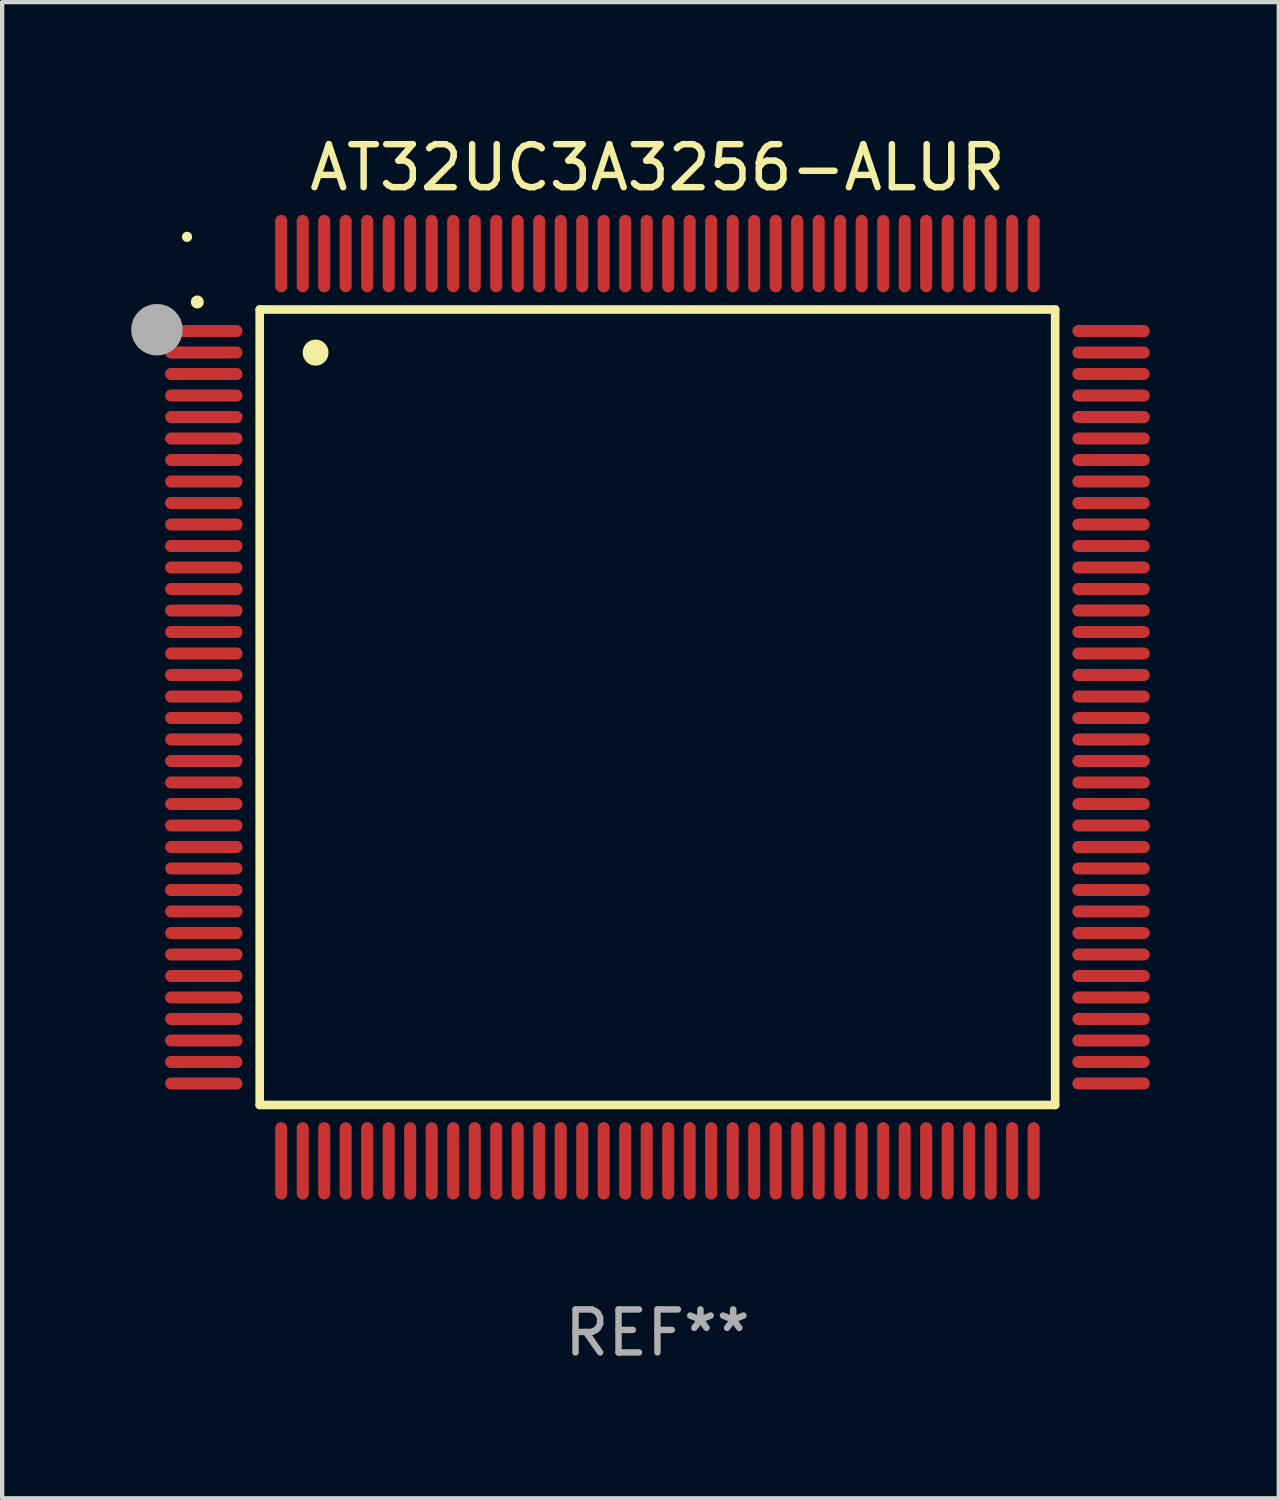
<source format=kicad_pcb>
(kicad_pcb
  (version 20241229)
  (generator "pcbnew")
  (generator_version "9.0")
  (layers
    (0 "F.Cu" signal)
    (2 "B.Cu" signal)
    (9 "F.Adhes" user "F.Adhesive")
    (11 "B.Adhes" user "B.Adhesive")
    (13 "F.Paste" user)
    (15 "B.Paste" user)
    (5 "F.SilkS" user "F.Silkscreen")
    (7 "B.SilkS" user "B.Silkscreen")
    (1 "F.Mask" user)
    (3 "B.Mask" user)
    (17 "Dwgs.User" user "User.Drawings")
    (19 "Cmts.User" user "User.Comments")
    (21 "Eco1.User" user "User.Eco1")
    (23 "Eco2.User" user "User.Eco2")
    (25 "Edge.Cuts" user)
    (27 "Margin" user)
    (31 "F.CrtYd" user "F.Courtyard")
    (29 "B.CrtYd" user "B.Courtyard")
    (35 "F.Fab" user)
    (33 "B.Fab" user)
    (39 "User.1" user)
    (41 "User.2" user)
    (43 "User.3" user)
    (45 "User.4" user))
  (footprint "AT32UC3A3256-ALUR"
    (layer "F.Cu")
    (at 12.24 13.398)
    (property "Reference" "AT32UC3A3256-ALUR" (at 0 -12.55 0) (layer "F.SilkS") (effects (font (size 1 1) (thickness 0.15))))
    (attr through_hole)
    (fp_line (start -9.25 -9.25) (end 9.25 -9.25) (stroke (width 0.2) (type solid)) (layer "F.SilkS"))
    (fp_line (start -9.25 9.25) (end -9.25 -9.25) (stroke (width 0.2) (type solid)) (layer "F.SilkS"))
    (fp_line (start 9.25 -9.25) (end 9.25 9.25) (stroke (width 0.2) (type solid)) (layer "F.SilkS"))
    (fp_line (start 9.25 9.25) (end -9.25 9.25) (stroke (width 0.2) (type solid)) (layer "F.SilkS"))
    (fp_arc (start -10.701041 -9.423419) (mid -10.701046 -9.424689) (end -10.701041 -9.425959) (stroke (width 0.3) (type solid)) (layer "F.SilkS"))
    (fp_arc (start -7.950216 -8.244856) (mid -7.950227 -8.247396) (end -7.950216 -8.249936) (stroke (width 0.6) (type solid)) (layer "F.SilkS"))
    (fp_circle (center -10.94 -10.94) (end -10.88 -10.94) (stroke (width 0.12) (type solid)) (fill no) (layer "F.SilkS"))
    (fp_circle (center -11.64 -8.78) (end -11.34 -8.78) (stroke (width 0.6) (type solid)) (fill no) (layer "F.Fab"))
    (fp_text user "REF**" (at 0 14.55 0) (layer "F.Fab") (effects (font (size 1 1) (thickness 0.15))))
    (pad "1" smd oval (at -10.55 -8.75 90) (size 0.28 1.8) (layers "F.Cu" "F.Mask" "F.Paste"))
    (pad "2" smd oval (at -10.55 -8.25 90) (size 0.28 1.8) (layers "F.Cu" "F.Mask" "F.Paste"))
    (pad "3" smd oval (at -10.55 -7.75 90) (size 0.28 1.8) (layers "F.Cu" "F.Mask" "F.Paste"))
    (pad "4" smd oval (at -10.55 -7.25 90) (size 0.28 1.8) (layers "F.Cu" "F.Mask" "F.Paste"))
    (pad "5" smd oval (at -10.55 -6.75 90) (size 0.28 1.8) (layers "F.Cu" "F.Mask" "F.Paste"))
    (pad "6" smd oval (at -10.55 -6.25 90) (size 0.28 1.8) (layers "F.Cu" "F.Mask" "F.Paste"))
    (pad "7" smd oval (at -10.55 -5.75 90) (size 0.28 1.8) (layers "F.Cu" "F.Mask" "F.Paste"))
    (pad "8" smd oval (at -10.55 -5.25 90) (size 0.28 1.8) (layers "F.Cu" "F.Mask" "F.Paste"))
    (pad "9" smd oval (at -10.55 -4.75 90) (size 0.28 1.8) (layers "F.Cu" "F.Mask" "F.Paste"))
    (pad "10" smd oval (at -10.55 -4.25 90) (size 0.28 1.8) (layers "F.Cu" "F.Mask" "F.Paste"))
    (pad "11" smd oval (at -10.55 -3.75 90) (size 0.28 1.8) (layers "F.Cu" "F.Mask" "F.Paste"))
    (pad "12" smd oval (at -10.55 -3.25 90) (size 0.28 1.8) (layers "F.Cu" "F.Mask" "F.Paste"))
    (pad "13" smd oval (at -10.55 -2.75 90) (size 0.28 1.8) (layers "F.Cu" "F.Mask" "F.Paste"))
    (pad "14" smd oval (at -10.55 -2.25 90) (size 0.28 1.8) (layers "F.Cu" "F.Mask" "F.Paste"))
    (pad "15" smd oval (at -10.55 -1.75 90) (size 0.28 1.8) (layers "F.Cu" "F.Mask" "F.Paste"))
    (pad "16" smd oval (at -10.55 -1.25 90) (size 0.28 1.8) (layers "F.Cu" "F.Mask" "F.Paste"))
    (pad "17" smd oval (at -10.55 -0.75 90) (size 0.28 1.8) (layers "F.Cu" "F.Mask" "F.Paste"))
    (pad "18" smd oval (at -10.55 -0.25 90) (size 0.28 1.8) (layers "F.Cu" "F.Mask" "F.Paste"))
    (pad "19" smd oval (at -10.55 0.25 90) (size 0.28 1.8) (layers "F.Cu" "F.Mask" "F.Paste"))
    (pad "20" smd oval (at -10.55 0.75 90) (size 0.28 1.8) (layers "F.Cu" "F.Mask" "F.Paste"))
    (pad "21" smd oval (at -10.55 1.25 90) (size 0.28 1.8) (layers "F.Cu" "F.Mask" "F.Paste"))
    (pad "22" smd oval (at -10.55 1.75 90) (size 0.28 1.8) (layers "F.Cu" "F.Mask" "F.Paste"))
    (pad "23" smd oval (at -10.55 2.25 90) (size 0.28 1.8) (layers "F.Cu" "F.Mask" "F.Paste"))
    (pad "24" smd oval (at -10.55 2.75 90) (size 0.28 1.8) (layers "F.Cu" "F.Mask" "F.Paste"))
    (pad "25" smd oval (at -10.55 3.25 90) (size 0.28 1.8) (layers "F.Cu" "F.Mask" "F.Paste"))
    (pad "26" smd oval (at -10.55 3.75 90) (size 0.28 1.8) (layers "F.Cu" "F.Mask" "F.Paste"))
    (pad "27" smd oval (at -10.55 4.25 90) (size 0.28 1.8) (layers "F.Cu" "F.Mask" "F.Paste"))
    (pad "28" smd oval (at -10.55 4.75 90) (size 0.28 1.8) (layers "F.Cu" "F.Mask" "F.Paste"))
    (pad "29" smd oval (at -10.55 5.25 90) (size 0.28 1.8) (layers "F.Cu" "F.Mask" "F.Paste"))
    (pad "30" smd oval (at -10.55 5.75 90) (size 0.28 1.8) (layers "F.Cu" "F.Mask" "F.Paste"))
    (pad "31" smd oval (at -10.55 6.25 90) (size 0.28 1.8) (layers "F.Cu" "F.Mask" "F.Paste"))
    (pad "32" smd oval (at -10.55 6.75 90) (size 0.28 1.8) (layers "F.Cu" "F.Mask" "F.Paste"))
    (pad "33" smd oval (at -10.55 7.25 90) (size 0.28 1.8) (layers "F.Cu" "F.Mask" "F.Paste"))
    (pad "34" smd oval (at -10.55 7.75 90) (size 0.28 1.8) (layers "F.Cu" "F.Mask" "F.Paste"))
    (pad "35" smd oval (at -10.55 8.25 90) (size 0.28 1.8) (layers "F.Cu" "F.Mask" "F.Paste"))
    (pad "36" smd oval (at -10.55 8.75 90) (size 0.28 1.8) (layers "F.Cu" "F.Mask" "F.Paste"))
    (pad "37" smd oval (at -8.75 10.55) (size 0.28 1.8) (layers "F.Cu" "F.Mask" "F.Paste"))
    (pad "38" smd oval (at -8.25 10.55) (size 0.28 1.8) (layers "F.Cu" "F.Mask" "F.Paste"))
    (pad "39" smd oval (at -7.75 10.55) (size 0.28 1.8) (layers "F.Cu" "F.Mask" "F.Paste"))
    (pad "40" smd oval (at -7.25 10.55) (size 0.28 1.8) (layers "F.Cu" "F.Mask" "F.Paste"))
    (pad "41" smd oval (at -6.75 10.55) (size 0.28 1.8) (layers "F.Cu" "F.Mask" "F.Paste"))
    (pad "42" smd oval (at -6.25 10.55) (size 0.28 1.8) (layers "F.Cu" "F.Mask" "F.Paste"))
    (pad "43" smd oval (at -5.75 10.55) (size 0.28 1.8) (layers "F.Cu" "F.Mask" "F.Paste"))
    (pad "44" smd oval (at -5.25 10.55) (size 0.28 1.8) (layers "F.Cu" "F.Mask" "F.Paste"))
    (pad "45" smd oval (at -4.75 10.55) (size 0.28 1.8) (layers "F.Cu" "F.Mask" "F.Paste"))
    (pad "46" smd oval (at -4.25 10.55) (size 0.28 1.8) (layers "F.Cu" "F.Mask" "F.Paste"))
    (pad "47" smd oval (at -3.75 10.55) (size 0.28 1.8) (layers "F.Cu" "F.Mask" "F.Paste"))
    (pad "48" smd oval (at -3.25 10.55) (size 0.28 1.8) (layers "F.Cu" "F.Mask" "F.Paste"))
    (pad "49" smd oval (at -2.75 10.55) (size 0.28 1.8) (layers "F.Cu" "F.Mask" "F.Paste"))
    (pad "50" smd oval (at -2.25 10.55) (size 0.28 1.8) (layers "F.Cu" "F.Mask" "F.Paste"))
    (pad "51" smd oval (at -1.75 10.55) (size 0.28 1.8) (layers "F.Cu" "F.Mask" "F.Paste"))
    (pad "52" smd oval (at -1.25 10.55) (size 0.28 1.8) (layers "F.Cu" "F.Mask" "F.Paste"))
    (pad "53" smd oval (at -0.75 10.55) (size 0.28 1.8) (layers "F.Cu" "F.Mask" "F.Paste"))
    (pad "54" smd oval (at -0.25 10.55) (size 0.28 1.8) (layers "F.Cu" "F.Mask" "F.Paste"))
    (pad "55" smd oval (at 0.25 10.55) (size 0.28 1.8) (layers "F.Cu" "F.Mask" "F.Paste"))
    (pad "56" smd oval (at 0.75 10.55) (size 0.28 1.8) (layers "F.Cu" "F.Mask" "F.Paste"))
    (pad "57" smd oval (at 1.25 10.55) (size 0.28 1.8) (layers "F.Cu" "F.Mask" "F.Paste"))
    (pad "58" smd oval (at 1.75 10.55) (size 0.28 1.8) (layers "F.Cu" "F.Mask" "F.Paste"))
    (pad "59" smd oval (at 2.25 10.55) (size 0.28 1.8) (layers "F.Cu" "F.Mask" "F.Paste"))
    (pad "60" smd oval (at 2.75 10.55) (size 0.28 1.8) (layers "F.Cu" "F.Mask" "F.Paste"))
    (pad "61" smd oval (at 3.25 10.55) (size 0.28 1.8) (layers "F.Cu" "F.Mask" "F.Paste"))
    (pad "62" smd oval (at 3.75 10.55) (size 0.28 1.8) (layers "F.Cu" "F.Mask" "F.Paste"))
    (pad "63" smd oval (at 4.25 10.55) (size 0.28 1.8) (layers "F.Cu" "F.Mask" "F.Paste"))
    (pad "64" smd oval (at 4.75 10.55) (size 0.28 1.8) (layers "F.Cu" "F.Mask" "F.Paste"))
    (pad "65" smd oval (at 5.25 10.55) (size 0.28 1.8) (layers "F.Cu" "F.Mask" "F.Paste"))
    (pad "66" smd oval (at 5.75 10.55) (size 0.28 1.8) (layers "F.Cu" "F.Mask" "F.Paste"))
    (pad "67" smd oval (at 6.25 10.55) (size 0.28 1.8) (layers "F.Cu" "F.Mask" "F.Paste"))
    (pad "68" smd oval (at 6.75 10.55) (size 0.28 1.8) (layers "F.Cu" "F.Mask" "F.Paste"))
    (pad "69" smd oval (at 7.25 10.55) (size 0.28 1.8) (layers "F.Cu" "F.Mask" "F.Paste"))
    (pad "70" smd oval (at 7.75 10.55) (size 0.28 1.8) (layers "F.Cu" "F.Mask" "F.Paste"))
    (pad "71" smd oval (at 8.25 10.55) (size 0.28 1.8) (layers "F.Cu" "F.Mask" "F.Paste"))
    (pad "72" smd oval (at 8.75 10.55) (size 0.28 1.8) (layers "F.Cu" "F.Mask" "F.Paste"))
    (pad "73" smd oval (at 10.55 8.75 90) (size 0.28 1.8) (layers "F.Cu" "F.Mask" "F.Paste"))
    (pad "74" smd oval (at 10.55 8.25 90) (size 0.28 1.8) (layers "F.Cu" "F.Mask" "F.Paste"))
    (pad "75" smd oval (at 10.55 7.75 90) (size 0.28 1.8) (layers "F.Cu" "F.Mask" "F.Paste"))
    (pad "76" smd oval (at 10.55 7.25 90) (size 0.28 1.8) (layers "F.Cu" "F.Mask" "F.Paste"))
    (pad "77" smd oval (at 10.55 6.75 90) (size 0.28 1.8) (layers "F.Cu" "F.Mask" "F.Paste"))
    (pad "78" smd oval (at 10.55 6.25 90) (size 0.28 1.8) (layers "F.Cu" "F.Mask" "F.Paste"))
    (pad "79" smd oval (at 10.55 5.75 90) (size 0.28 1.8) (layers "F.Cu" "F.Mask" "F.Paste"))
    (pad "80" smd oval (at 10.55 5.25 90) (size 0.28 1.8) (layers "F.Cu" "F.Mask" "F.Paste"))
    (pad "81" smd oval (at 10.55 4.75 90) (size 0.28 1.8) (layers "F.Cu" "F.Mask" "F.Paste"))
    (pad "82" smd oval (at 10.55 4.25 90) (size 0.28 1.8) (layers "F.Cu" "F.Mask" "F.Paste"))
    (pad "83" smd oval (at 10.55 3.75 90) (size 0.28 1.8) (layers "F.Cu" "F.Mask" "F.Paste"))
    (pad "84" smd oval (at 10.55 3.25 90) (size 0.28 1.8) (layers "F.Cu" "F.Mask" "F.Paste"))
    (pad "85" smd oval (at 10.55 2.75 90) (size 0.28 1.8) (layers "F.Cu" "F.Mask" "F.Paste"))
    (pad "86" smd oval (at 10.55 2.25 90) (size 0.28 1.8) (layers "F.Cu" "F.Mask" "F.Paste"))
    (pad "87" smd oval (at 10.55 1.75 90) (size 0.28 1.8) (layers "F.Cu" "F.Mask" "F.Paste"))
    (pad "88" smd oval (at 10.55 1.25 90) (size 0.28 1.8) (layers "F.Cu" "F.Mask" "F.Paste"))
    (pad "89" smd oval (at 10.55 0.75 90) (size 0.28 1.8) (layers "F.Cu" "F.Mask" "F.Paste"))
    (pad "90" smd oval (at 10.55 0.25 90) (size 0.28 1.8) (layers "F.Cu" "F.Mask" "F.Paste"))
    (pad "91" smd oval (at 10.55 -0.25 90) (size 0.28 1.8) (layers "F.Cu" "F.Mask" "F.Paste"))
    (pad "92" smd oval (at 10.55 -0.75 90) (size 0.28 1.8) (layers "F.Cu" "F.Mask" "F.Paste"))
    (pad "93" smd oval (at 10.55 -1.25 90) (size 0.28 1.8) (layers "F.Cu" "F.Mask" "F.Paste"))
    (pad "94" smd oval (at 10.55 -1.75 90) (size 0.28 1.8) (layers "F.Cu" "F.Mask" "F.Paste"))
    (pad "95" smd oval (at 10.55 -2.25 90) (size 0.28 1.8) (layers "F.Cu" "F.Mask" "F.Paste"))
    (pad "96" smd oval (at 10.55 -2.75 90) (size 0.28 1.8) (layers "F.Cu" "F.Mask" "F.Paste"))
    (pad "97" smd oval (at 10.55 -3.25 90) (size 0.28 1.8) (layers "F.Cu" "F.Mask" "F.Paste"))
    (pad "98" smd oval (at 10.55 -3.75 90) (size 0.28 1.8) (layers "F.Cu" "F.Mask" "F.Paste"))
    (pad "99" smd oval (at 10.55 -4.25 90) (size 0.28 1.8) (layers "F.Cu" "F.Mask" "F.Paste"))
    (pad "100" smd oval (at 10.55 -4.75 90) (size 0.28 1.8) (layers "F.Cu" "F.Mask" "F.Paste"))
    (pad "101" smd oval (at 10.55 -5.25 90) (size 0.28 1.8) (layers "F.Cu" "F.Mask" "F.Paste"))
    (pad "102" smd oval (at 10.55 -5.75 90) (size 0.28 1.8) (layers "F.Cu" "F.Mask" "F.Paste"))
    (pad "103" smd oval (at 10.55 -6.25 90) (size 0.28 1.8) (layers "F.Cu" "F.Mask" "F.Paste"))
    (pad "104" smd oval (at 10.55 -6.75 90) (size 0.28 1.8) (layers "F.Cu" "F.Mask" "F.Paste"))
    (pad "105" smd oval (at 10.55 -7.25 90) (size 0.28 1.8) (layers "F.Cu" "F.Mask" "F.Paste"))
    (pad "106" smd oval (at 10.55 -7.75 90) (size 0.28 1.8) (layers "F.Cu" "F.Mask" "F.Paste"))
    (pad "107" smd oval (at 10.55 -8.25 90) (size 0.28 1.8) (layers "F.Cu" "F.Mask" "F.Paste"))
    (pad "108" smd oval (at 10.55 -8.75 90) (size 0.28 1.8) (layers "F.Cu" "F.Mask" "F.Paste"))
    (pad "109" smd oval (at 8.75 -10.55) (size 0.28 1.8) (layers "F.Cu" "F.Mask" "F.Paste"))
    (pad "110" smd oval (at 8.25 -10.55) (size 0.28 1.8) (layers "F.Cu" "F.Mask" "F.Paste"))
    (pad "111" smd oval (at 7.75 -10.55) (size 0.28 1.8) (layers "F.Cu" "F.Mask" "F.Paste"))
    (pad "112" smd oval (at 7.25 -10.55) (size 0.28 1.8) (layers "F.Cu" "F.Mask" "F.Paste"))
    (pad "113" smd oval (at 6.75 -10.55) (size 0.28 1.8) (layers "F.Cu" "F.Mask" "F.Paste"))
    (pad "114" smd oval (at 6.25 -10.55) (size 0.28 1.8) (layers "F.Cu" "F.Mask" "F.Paste"))
    (pad "115" smd oval (at 5.75 -10.55) (size 0.28 1.8) (layers "F.Cu" "F.Mask" "F.Paste"))
    (pad "116" smd oval (at 5.25 -10.55) (size 0.28 1.8) (layers "F.Cu" "F.Mask" "F.Paste"))
    (pad "117" smd oval (at 4.75 -10.55) (size 0.28 1.8) (layers "F.Cu" "F.Mask" "F.Paste"))
    (pad "118" smd oval (at 4.25 -10.55) (size 0.28 1.8) (layers "F.Cu" "F.Mask" "F.Paste"))
    (pad "119" smd oval (at 3.75 -10.55) (size 0.28 1.8) (layers "F.Cu" "F.Mask" "F.Paste"))
    (pad "120" smd oval (at 3.25 -10.55) (size 0.28 1.8) (layers "F.Cu" "F.Mask" "F.Paste"))
    (pad "121" smd oval (at 2.75 -10.55) (size 0.28 1.8) (layers "F.Cu" "F.Mask" "F.Paste"))
    (pad "122" smd oval (at 2.25 -10.55) (size 0.28 1.8) (layers "F.Cu" "F.Mask" "F.Paste"))
    (pad "123" smd oval (at 1.75 -10.55) (size 0.28 1.8) (layers "F.Cu" "F.Mask" "F.Paste"))
    (pad "124" smd oval (at 1.25 -10.55) (size 0.28 1.8) (layers "F.Cu" "F.Mask" "F.Paste"))
    (pad "125" smd oval (at 0.75 -10.55) (size 0.28 1.8) (layers "F.Cu" "F.Mask" "F.Paste"))
    (pad "126" smd oval (at 0.25 -10.55) (size 0.28 1.8) (layers "F.Cu" "F.Mask" "F.Paste"))
    (pad "127" smd oval (at -0.25 -10.55) (size 0.28 1.8) (layers "F.Cu" "F.Mask" "F.Paste"))
    (pad "128" smd oval (at -0.75 -10.55) (size 0.28 1.8) (layers "F.Cu" "F.Mask" "F.Paste"))
    (pad "129" smd oval (at -1.25 -10.55) (size 0.28 1.8) (layers "F.Cu" "F.Mask" "F.Paste"))
    (pad "130" smd oval (at -1.75 -10.55) (size 0.28 1.8) (layers "F.Cu" "F.Mask" "F.Paste"))
    (pad "131" smd oval (at -2.25 -10.55) (size 0.28 1.8) (layers "F.Cu" "F.Mask" "F.Paste"))
    (pad "132" smd oval (at -2.75 -10.55) (size 0.28 1.8) (layers "F.Cu" "F.Mask" "F.Paste"))
    (pad "133" smd oval (at -3.25 -10.55) (size 0.28 1.8) (layers "F.Cu" "F.Mask" "F.Paste"))
    (pad "134" smd oval (at -3.75 -10.55) (size 0.28 1.8) (layers "F.Cu" "F.Mask" "F.Paste"))
    (pad "135" smd oval (at -4.25 -10.55) (size 0.28 1.8) (layers "F.Cu" "F.Mask" "F.Paste"))
    (pad "136" smd oval (at -4.75 -10.55) (size 0.28 1.8) (layers "F.Cu" "F.Mask" "F.Paste"))
    (pad "137" smd oval (at -5.25 -10.55) (size 0.28 1.8) (layers "F.Cu" "F.Mask" "F.Paste"))
    (pad "138" smd oval (at -5.75 -10.55) (size 0.28 1.8) (layers "F.Cu" "F.Mask" "F.Paste"))
    (pad "139" smd oval (at -6.25 -10.55) (size 0.28 1.8) (layers "F.Cu" "F.Mask" "F.Paste"))
    (pad "140" smd oval (at -6.75 -10.55) (size 0.28 1.8) (layers "F.Cu" "F.Mask" "F.Paste"))
    (pad "141" smd oval (at -7.25 -10.55) (size 0.28 1.8) (layers "F.Cu" "F.Mask" "F.Paste"))
    (pad "142" smd oval (at -7.75 -10.55) (size 0.28 1.8) (layers "F.Cu" "F.Mask" "F.Paste"))
    (pad "143" smd oval (at -8.25 -10.55) (size 0.28 1.8) (layers "F.Cu" "F.Mask" "F.Paste"))
    (pad "144" smd oval (at -8.75 -10.55) (size 0.28 1.8) (layers "F.Cu" "F.Mask" "F.Paste")))
  (gr_rect
    (start -3 -3)
    (end 26.69 31.796)
    (stroke (width 0.1) (type default))
    (fill no)
    (layer "Edge.Cuts")))
</source>
